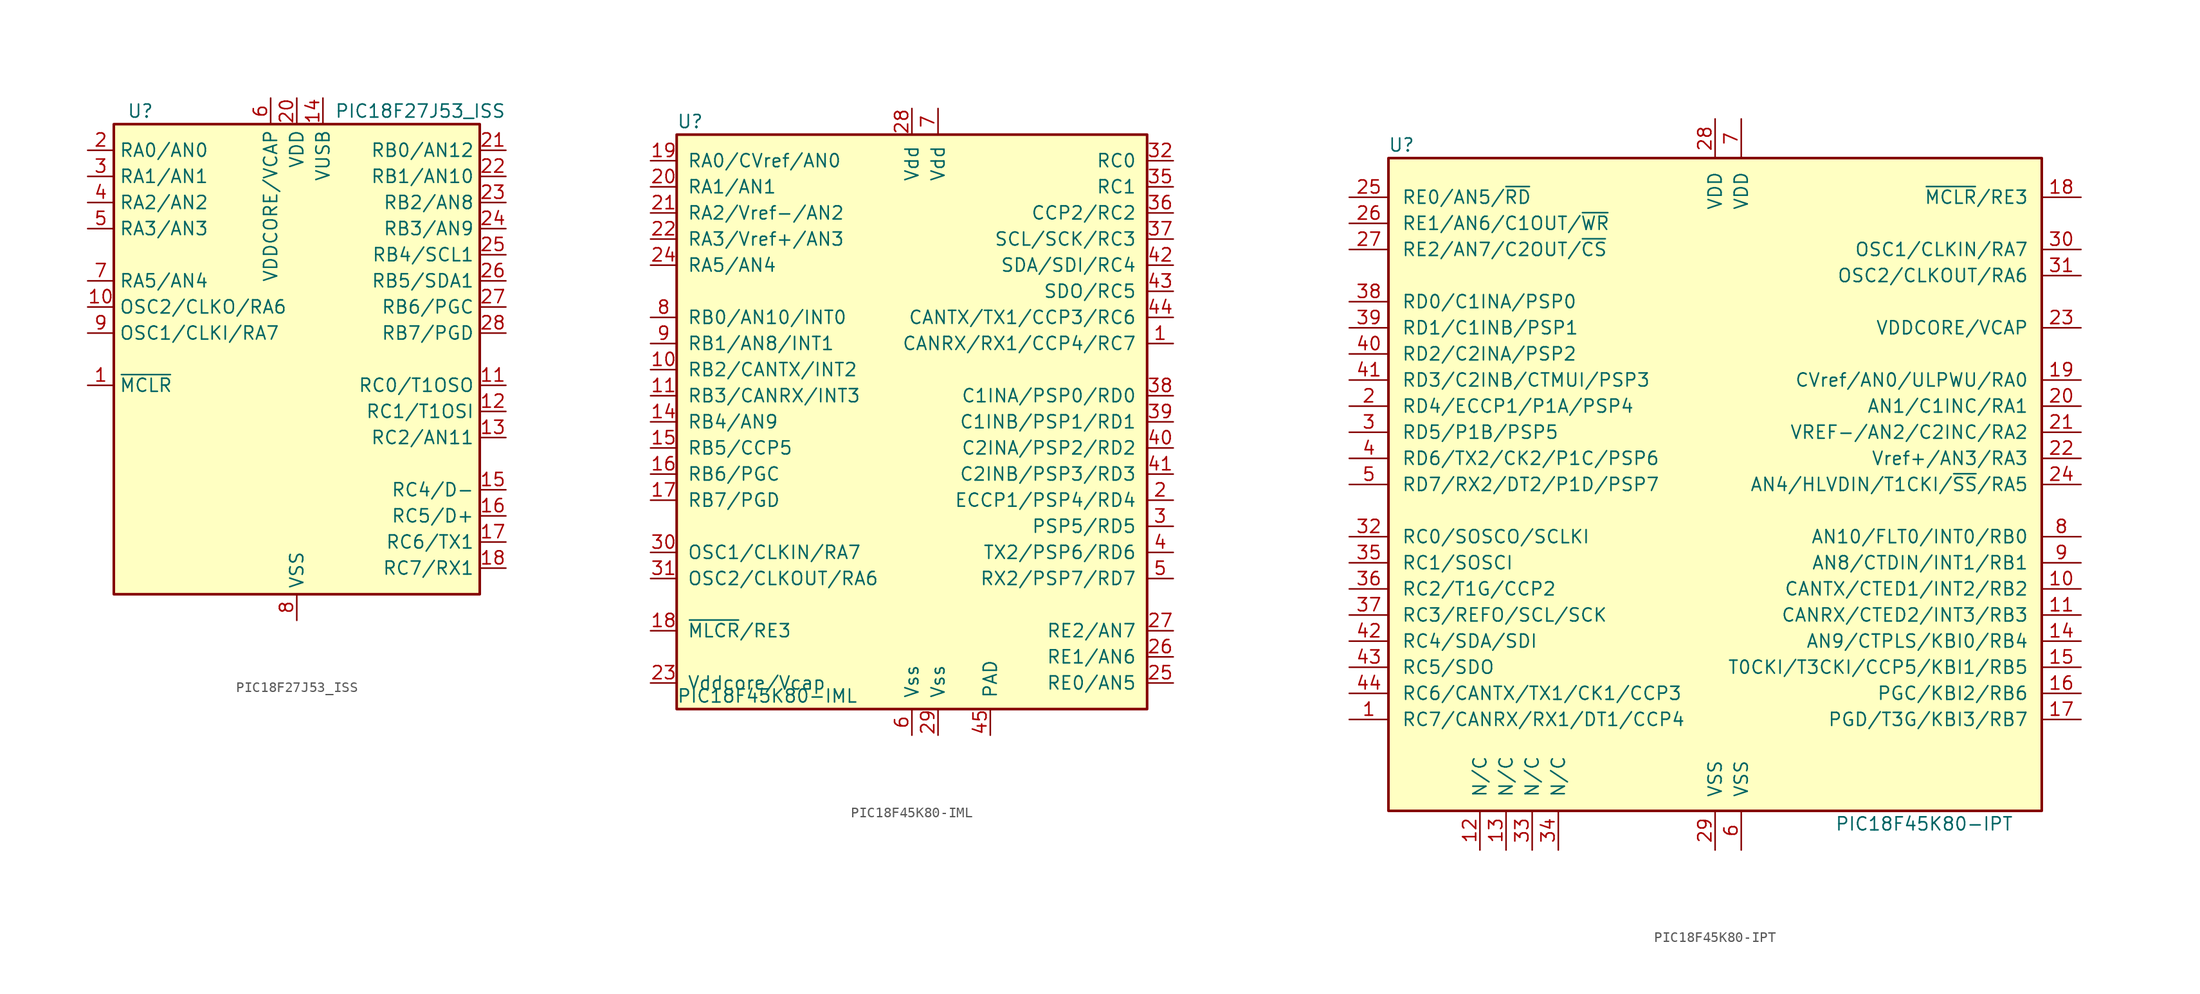
<source format=kicad_sym>
(kicad_symbol_lib
  (version 20231120)
  (generator "kicad_symbol_editor")
  (generator_version "8.0")
  (symbol "PIC18F27J53_ISS"
    (property "Reference" "U"
      (at -16.51 24.13 0)
      (effects (font (size 1.27 1.27)) (justify left)))
    (property "Value" "PIC18F27J53_ISS"
      (at 20.32 24.13 0)
      (effects (font (size 1.27 1.27)) (justify right)))
    (symbol "PIC18F27J53_ISS_0_1"
      (rectangle (start 17.78 -22.86) (end -17.78 22.86) (stroke (width 0.254) (type default)) (fill (type background))))
    (symbol "PIC18F27J53_ISS_1_1"
      (pin input line (at -20.32 -2.54 0) (length 2.54) (name "~{MCLR}" (effects (font (size 1.27 1.27)))) (number "1" (effects (font (size 1.27 1.27)))))
      (pin bidirectional line (at -20.32 5.08 0) (length 2.54) (name "OSC2/CLKO/RA6" (effects (font (size 1.27 1.27)))) (number "10" (effects (font (size 1.27 1.27)))))
      (pin bidirectional line (at 20.32 -2.54 180) (length 2.54) (name "RC0/T1OSO" (effects (font (size 1.27 1.27)))) (number "11" (effects (font (size 1.27 1.27)))))
      (pin bidirectional line (at 20.32 -5.08 180) (length 2.54) (name "RC1/T1OSI" (effects (font (size 1.27 1.27)))) (number "12" (effects (font (size 1.27 1.27)))))
      (pin bidirectional line (at 20.32 -7.62 180) (length 2.54) (name "RC2/AN11" (effects (font (size 1.27 1.27)))) (number "13" (effects (font (size 1.27 1.27)))))
      (pin power_in line (at 2.54 25.4 270) (length 2.54) (name "VUSB" (effects (font (size 1.27 1.27)))) (number "14" (effects (font (size 1.27 1.27)))))
      (pin bidirectional line (at 20.32 -12.7 180) (length 2.54) (name "RC4/D-" (effects (font (size 1.27 1.27)))) (number "15" (effects (font (size 1.27 1.27)))))
      (pin bidirectional line (at 20.32 -15.24 180) (length 2.54) (name "RC5/D+" (effects (font (size 1.27 1.27)))) (number "16" (effects (font (size 1.27 1.27)))))
      (pin bidirectional line (at 20.32 -17.78 180) (length 2.54) (name "RC6/TX1" (effects (font (size 1.27 1.27)))) (number "17" (effects (font (size 1.27 1.27)))))
      (pin bidirectional line (at 20.32 -20.32 180) (length 2.54) (name "RC7/RX1" (effects (font (size 1.27 1.27)))) (number "18" (effects (font (size 1.27 1.27)))))
      (pin passive line (at 0 -25.4 90) (length 2.54) hide (name "VSS" (effects (font (size 1.27 1.27)))) (number "19" (effects (font (size 1.27 1.27)))))
      (pin bidirectional line (at -20.32 20.32 0) (length 2.54) (name "RA0/AN0" (effects (font (size 1.27 1.27)))) (number "2" (effects (font (size 1.27 1.27)))))
      (pin power_in line (at 0 25.4 270) (length 2.54) (name "VDD" (effects (font (size 1.27 1.27)))) (number "20" (effects (font (size 1.27 1.27)))))
      (pin bidirectional line (at 20.32 20.32 180) (length 2.54) (name "RB0/AN12" (effects (font (size 1.27 1.27)))) (number "21" (effects (font (size 1.27 1.27)))))
      (pin bidirectional line (at 20.32 17.78 180) (length 2.54) (name "RB1/AN10" (effects (font (size 1.27 1.27)))) (number "22" (effects (font (size 1.27 1.27)))))
      (pin bidirectional line (at 20.32 15.24 180) (length 2.54) (name "RB2/AN8" (effects (font (size 1.27 1.27)))) (number "23" (effects (font (size 1.27 1.27)))))
      (pin bidirectional line (at 20.32 12.7 180) (length 2.54) (name "RB3/AN9" (effects (font (size 1.27 1.27)))) (number "24" (effects (font (size 1.27 1.27)))))
      (pin bidirectional line (at 20.32 10.16 180) (length 2.54) (name "RB4/SCL1" (effects (font (size 1.27 1.27)))) (number "25" (effects (font (size 1.27 1.27)))))
      (pin bidirectional line (at 20.32 7.62 180) (length 2.54) (name "RB5/SDA1" (effects (font (size 1.27 1.27)))) (number "26" (effects (font (size 1.27 1.27)))))
      (pin bidirectional line (at 20.32 5.08 180) (length 2.54) (name "RB6/PGC" (effects (font (size 1.27 1.27)))) (number "27" (effects (font (size 1.27 1.27)))))
      (pin bidirectional line (at 20.32 2.54 180) (length 2.54) (name "RB7/PGD" (effects (font (size 1.27 1.27)))) (number "28" (effects (font (size 1.27 1.27)))))
      (pin bidirectional line (at -20.32 17.78 0) (length 2.54) (name "RA1/AN1" (effects (font (size 1.27 1.27)))) (number "3" (effects (font (size 1.27 1.27)))))
      (pin bidirectional line (at -20.32 15.24 0) (length 2.54) (name "RA2/AN2" (effects (font (size 1.27 1.27)))) (number "4" (effects (font (size 1.27 1.27)))))
      (pin bidirectional line (at -20.32 12.7 0) (length 2.54) (name "RA3/AN3" (effects (font (size 1.27 1.27)))) (number "5" (effects (font (size 1.27 1.27)))))
      (pin power_in line (at -2.54 25.4 270) (length 2.54) (name "VDDCORE/VCAP" (effects (font (size 1.27 1.27)))) (number "6" (effects (font (size 1.27 1.27)))))
      (pin bidirectional line (at -20.32 7.62 0) (length 2.54) (name "RA5/AN4" (effects (font (size 1.27 1.27)))) (number "7" (effects (font (size 1.27 1.27)))))
      (pin power_in line (at 0 -25.4 90) (length 2.54) (name "VSS" (effects (font (size 1.27 1.27)))) (number "8" (effects (font (size 1.27 1.27)))))
      (pin bidirectional line (at -20.32 2.54 0) (length 2.54) (name "OSC1/CLKI/RA7" (effects (font (size 1.27 1.27)))) (number "9" (effects (font (size 1.27 1.27)))))))
  (symbol "PIC18F45K80-IML"
    (pin_names
      (offset 1.016))
    (property "Reference" "U"
      (at -22.86 29.21 0)
      (effects (font (size 1.27 1.27)) (justify left)))
    (property "Value" "PIC18F45K80-IML"
      (at -22.86 -26.67 0)
      (effects (font (size 1.27 1.27)) (justify left)))
    (symbol "PIC18F45K80-IML_0_1"
      (rectangle (start -22.86 27.94) (end 22.86 -27.94) (stroke (width 0.254) (type default)) (fill (type background))))
    (symbol "PIC18F45K80-IML_1_1"
      (pin bidirectional line (at 25.4 7.62 180) (length 2.54) (name "CANRX/RX1/CCP4/RC7" (effects (font (size 1.27 1.27)))) (number "1" (effects (font (size 1.27 1.27)))))
      (pin bidirectional line (at -25.4 5.08 0) (length 2.54) (name "RB2/CANTX/INT2" (effects (font (size 1.27 1.27)))) (number "10" (effects (font (size 1.27 1.27)))))
      (pin bidirectional line (at -25.4 2.54 0) (length 2.54) (name "RB3/CANRX/INT3" (effects (font (size 1.27 1.27)))) (number "11" (effects (font (size 1.27 1.27)))))
      (pin no_connect line (at -10.16 -27.94 90) (length 2.54) hide (name "NC" (effects (font (size 1.27 1.27)))) (number "12" (effects (font (size 1.27 1.27)))))
      (pin no_connect line (at -7.62 -27.94 90) (length 2.54) hide (name "NC" (effects (font (size 1.27 1.27)))) (number "13" (effects (font (size 1.27 1.27)))))
      (pin bidirectional line (at -25.4 0 0) (length 2.54) (name "RB4/AN9" (effects (font (size 1.27 1.27)))) (number "14" (effects (font (size 1.27 1.27)))))
      (pin bidirectional line (at -25.4 -2.54 0) (length 2.54) (name "RB5/CCP5" (effects (font (size 1.27 1.27)))) (number "15" (effects (font (size 1.27 1.27)))))
      (pin bidirectional line (at -25.4 -5.08 0) (length 2.54) (name "RB6/PGC" (effects (font (size 1.27 1.27)))) (number "16" (effects (font (size 1.27 1.27)))))
      (pin bidirectional line (at -25.4 -7.62 0) (length 2.54) (name "RB7/PGD" (effects (font (size 1.27 1.27)))) (number "17" (effects (font (size 1.27 1.27)))))
      (pin bidirectional line (at -25.4 -20.32 0) (length 2.54) (name "~{MLCR}/RE3" (effects (font (size 1.27 1.27)))) (number "18" (effects (font (size 1.27 1.27)))))
      (pin bidirectional line (at -25.4 25.4 0) (length 2.54) (name "RA0/CVref/AN0" (effects (font (size 1.27 1.27)))) (number "19" (effects (font (size 1.27 1.27)))))
      (pin bidirectional line (at 25.4 -7.62 180) (length 2.54) (name "ECCP1/PSP4/RD4" (effects (font (size 1.27 1.27)))) (number "2" (effects (font (size 1.27 1.27)))))
      (pin bidirectional line (at -25.4 22.86 0) (length 2.54) (name "RA1/AN1" (effects (font (size 1.27 1.27)))) (number "20" (effects (font (size 1.27 1.27)))))
      (pin bidirectional line (at -25.4 20.32 0) (length 2.54) (name "RA2/Vref-/AN2" (effects (font (size 1.27 1.27)))) (number "21" (effects (font (size 1.27 1.27)))))
      (pin bidirectional line (at -25.4 17.78 0) (length 2.54) (name "RA3/Vref+/AN3" (effects (font (size 1.27 1.27)))) (number "22" (effects (font (size 1.27 1.27)))))
      (pin power_in line (at -25.4 -25.4 0) (length 2.54) (name "Vddcore/Vcap" (effects (font (size 1.27 1.27)))) (number "23" (effects (font (size 1.27 1.27)))))
      (pin bidirectional line (at -25.4 15.24 0) (length 2.54) (name "RA5/AN4" (effects (font (size 1.27 1.27)))) (number "24" (effects (font (size 1.27 1.27)))))
      (pin bidirectional line (at 25.4 -25.4 180) (length 2.54) (name "RE0/AN5" (effects (font (size 1.27 1.27)))) (number "25" (effects (font (size 1.27 1.27)))))
      (pin bidirectional line (at 25.4 -22.86 180) (length 2.54) (name "RE1/AN6" (effects (font (size 1.27 1.27)))) (number "26" (effects (font (size 1.27 1.27)))))
      (pin bidirectional line (at 25.4 -20.32 180) (length 2.54) (name "RE2/AN7" (effects (font (size 1.27 1.27)))) (number "27" (effects (font (size 1.27 1.27)))))
      (pin power_in line (at 0 30.48 270) (length 2.54) (name "Vdd" (effects (font (size 1.27 1.27)))) (number "28" (effects (font (size 1.27 1.27)))))
      (pin power_in line (at 2.54 -30.48 90) (length 2.54) (name "Vss" (effects (font (size 1.27 1.27)))) (number "29" (effects (font (size 1.27 1.27)))))
      (pin bidirectional line (at 25.4 -10.16 180) (length 2.54) (name "PSP5/RD5" (effects (font (size 1.27 1.27)))) (number "3" (effects (font (size 1.27 1.27)))))
      (pin input line (at -25.4 -12.7 0) (length 2.54) (name "OSC1/CLKIN/RA7" (effects (font (size 1.27 1.27)))) (number "30" (effects (font (size 1.27 1.27)))))
      (pin input line (at -25.4 -15.24 0) (length 2.54) (name "OSC2/CLKOUT/RA6" (effects (font (size 1.27 1.27)))) (number "31" (effects (font (size 1.27 1.27)))))
      (pin bidirectional line (at 25.4 25.4 180) (length 2.54) (name "RC0" (effects (font (size 1.27 1.27)))) (number "32" (effects (font (size 1.27 1.27)))))
      (pin no_connect line (at -5.08 -27.94 90) (length 2.54) hide (name "NC" (effects (font (size 1.27 1.27)))) (number "33" (effects (font (size 1.27 1.27)))))
      (pin no_connect line (at -2.54 -27.94 90) (length 2.54) hide (name "NC" (effects (font (size 1.27 1.27)))) (number "34" (effects (font (size 1.27 1.27)))))
      (pin bidirectional line (at 25.4 22.86 180) (length 2.54) (name "RC1" (effects (font (size 1.27 1.27)))) (number "35" (effects (font (size 1.27 1.27)))))
      (pin bidirectional line (at 25.4 20.32 180) (length 2.54) (name "CCP2/RC2" (effects (font (size 1.27 1.27)))) (number "36" (effects (font (size 1.27 1.27)))))
      (pin bidirectional line (at 25.4 17.78 180) (length 2.54) (name "SCL/SCK/RC3" (effects (font (size 1.27 1.27)))) (number "37" (effects (font (size 1.27 1.27)))))
      (pin bidirectional line (at 25.4 2.54 180) (length 2.54) (name "C1INA/PSP0/RD0" (effects (font (size 1.27 1.27)))) (number "38" (effects (font (size 1.27 1.27)))))
      (pin bidirectional line (at 25.4 0 180) (length 2.54) (name "C1INB/PSP1/RD1" (effects (font (size 1.27 1.27)))) (number "39" (effects (font (size 1.27 1.27)))))
      (pin bidirectional line (at 25.4 -12.7 180) (length 2.54) (name "TX2/PSP6/RD6" (effects (font (size 1.27 1.27)))) (number "4" (effects (font (size 1.27 1.27)))))
      (pin bidirectional line (at 25.4 -2.54 180) (length 2.54) (name "C2INA/PSP2/RD2" (effects (font (size 1.27 1.27)))) (number "40" (effects (font (size 1.27 1.27)))))
      (pin bidirectional line (at 25.4 -5.08 180) (length 2.54) (name "C2INB/PSP3/RD3" (effects (font (size 1.27 1.27)))) (number "41" (effects (font (size 1.27 1.27)))))
      (pin bidirectional line (at 25.4 15.24 180) (length 2.54) (name "SDA/SDI/RC4" (effects (font (size 1.27 1.27)))) (number "42" (effects (font (size 1.27 1.27)))))
      (pin bidirectional line (at 25.4 12.7 180) (length 2.54) (name "SDO/RC5" (effects (font (size 1.27 1.27)))) (number "43" (effects (font (size 1.27 1.27)))))
      (pin bidirectional line (at 25.4 10.16 180) (length 2.54) (name "CANTX/TX1/CCP3/RC6" (effects (font (size 1.27 1.27)))) (number "44" (effects (font (size 1.27 1.27)))))
      (pin power_in line (at 7.62 -30.48 90) (length 2.54) (name "PAD" (effects (font (size 1.27 1.27)))) (number "45" (effects (font (size 1.27 1.27)))))
      (pin bidirectional line (at 25.4 -15.24 180) (length 2.54) (name "RX2/PSP7/RD7" (effects (font (size 1.27 1.27)))) (number "5" (effects (font (size 1.27 1.27)))))
      (pin power_in line (at 0 -30.48 90) (length 2.54) (name "Vss" (effects (font (size 1.27 1.27)))) (number "6" (effects (font (size 1.27 1.27)))))
      (pin power_in line (at 2.54 30.48 270) (length 2.54) (name "Vdd" (effects (font (size 1.27 1.27)))) (number "7" (effects (font (size 1.27 1.27)))))
      (pin bidirectional line (at -25.4 10.16 0) (length 2.54) (name "RB0/AN10/INT0" (effects (font (size 1.27 1.27)))) (number "8" (effects (font (size 1.27 1.27)))))
      (pin bidirectional line (at -25.4 7.62 0) (length 2.54) (name "RB1/AN8/INT1" (effects (font (size 1.27 1.27)))) (number "9" (effects (font (size 1.27 1.27)))))))
  (symbol "PIC18F45K80-IPT"
    (pin_names
      (offset 1.27))
    (property "Reference" "U"
      (at -30.48 33.02 0)
      (effects (font (size 1.27 1.27))))
    (property "Value" "PIC18F45K80-IPT"
      (at 20.32 -33.02 0)
      (effects (font (size 1.27 1.27))))
    (symbol "PIC18F45K80-IPT_0_1"
      (rectangle (start -31.75 31.75) (end 31.75 -31.75) (stroke (width 0.254) (type default)) (fill (type background))))
    (symbol "PIC18F45K80-IPT_1_1"
      (pin bidirectional line (at -35.56 -22.86 0) (length 3.81) (name "RC7/CANRX/RX1/DT1/CCP4" (effects (font (size 1.27 1.27)))) (number "1" (effects (font (size 1.27 1.27)))))
      (pin bidirectional line (at 35.56 -10.16 180) (length 3.81) (name "CANTX/CTED1/INT2/RB2" (effects (font (size 1.27 1.27)))) (number "10" (effects (font (size 1.27 1.27)))))
      (pin bidirectional line (at 35.56 -12.7 180) (length 3.81) (name "CANRX/CTED2/INT3/RB3" (effects (font (size 1.27 1.27)))) (number "11" (effects (font (size 1.27 1.27)))))
      (pin bidirectional line (at -22.86 -35.56 90) (length 3.81) (name "N/C" (effects (font (size 1.27 1.27)))) (number "12" (effects (font (size 1.27 1.27)))))
      (pin bidirectional line (at -20.32 -35.56 90) (length 3.81) (name "N/C" (effects (font (size 1.27 1.27)))) (number "13" (effects (font (size 1.27 1.27)))))
      (pin bidirectional line (at 35.56 -15.24 180) (length 3.81) (name "AN9/CTPLS/KBI0/RB4" (effects (font (size 1.27 1.27)))) (number "14" (effects (font (size 1.27 1.27)))))
      (pin bidirectional line (at 35.56 -17.78 180) (length 3.81) (name "T0CKI/T3CKI/CCP5/KBI1/RB5" (effects (font (size 1.27 1.27)))) (number "15" (effects (font (size 1.27 1.27)))))
      (pin bidirectional line (at 35.56 -20.32 180) (length 3.81) (name "PGC/KBI2/RB6" (effects (font (size 1.27 1.27)))) (number "16" (effects (font (size 1.27 1.27)))))
      (pin bidirectional line (at 35.56 -22.86 180) (length 3.81) (name "PGD/T3G/KBI3/RB7" (effects (font (size 1.27 1.27)))) (number "17" (effects (font (size 1.27 1.27)))))
      (pin input line (at 35.56 27.94 180) (length 3.81) (name "~{MCLR}/RE3" (effects (font (size 1.27 1.27)))) (number "18" (effects (font (size 1.27 1.27)))))
      (pin bidirectional line (at 35.56 10.16 180) (length 3.81) (name "CVref/AN0/ULPWU/RA0" (effects (font (size 1.27 1.27)))) (number "19" (effects (font (size 1.27 1.27)))))
      (pin bidirectional line (at -35.56 7.62 0) (length 3.81) (name "RD4/ECCP1/P1A/PSP4" (effects (font (size 1.27 1.27)))) (number "2" (effects (font (size 1.27 1.27)))))
      (pin bidirectional line (at 35.56 7.62 180) (length 3.81) (name "AN1/C1INC/RA1" (effects (font (size 1.27 1.27)))) (number "20" (effects (font (size 1.27 1.27)))))
      (pin bidirectional line (at 35.56 5.08 180) (length 3.81) (name "VREF-/AN2/C2INC/RA2" (effects (font (size 1.27 1.27)))) (number "21" (effects (font (size 1.27 1.27)))))
      (pin bidirectional line (at 35.56 2.54 180) (length 3.81) (name "Vref+/AN3/RA3" (effects (font (size 1.27 1.27)))) (number "22" (effects (font (size 1.27 1.27)))))
      (pin passive line (at 35.56 15.24 180) (length 3.81) (name "VDDCORE/VCAP" (effects (font (size 1.27 1.27)))) (number "23" (effects (font (size 1.27 1.27)))))
      (pin bidirectional line (at 35.56 0 180) (length 3.81) (name "AN4/HLVDIN/T1CKI/~{SS}/RA5" (effects (font (size 1.27 1.27)))) (number "24" (effects (font (size 1.27 1.27)))))
      (pin bidirectional line (at -35.56 27.94 0) (length 3.81) (name "RE0/AN5/~{RD}" (effects (font (size 1.27 1.27)))) (number "25" (effects (font (size 1.27 1.27)))))
      (pin bidirectional line (at -35.56 25.4 0) (length 3.81) (name "RE1/AN6/C1OUT/~{WR}" (effects (font (size 1.27 1.27)))) (number "26" (effects (font (size 1.27 1.27)))))
      (pin power_in line (at -35.56 22.86 0) (length 3.81) (name "RE2/AN7/C2OUT/~{CS}" (effects (font (size 1.27 1.27)))) (number "27" (effects (font (size 1.27 1.27)))))
      (pin power_in line (at 0 35.56 270) (length 3.81) (name "VDD" (effects (font (size 1.27 1.27)))) (number "28" (effects (font (size 1.27 1.27)))))
      (pin power_in line (at 0 -35.56 90) (length 3.81) (name "VSS" (effects (font (size 1.27 1.27)))) (number "29" (effects (font (size 1.27 1.27)))))
      (pin bidirectional line (at -35.56 5.08 0) (length 3.81) (name "RD5/P1B/PSP5" (effects (font (size 1.27 1.27)))) (number "3" (effects (font (size 1.27 1.27)))))
      (pin input line (at 35.56 22.86 180) (length 3.81) (name "OSC1/CLKIN/RA7" (effects (font (size 1.27 1.27)))) (number "30" (effects (font (size 1.27 1.27)))))
      (pin output line (at 35.56 20.32 180) (length 3.81) (name "OSC2/CLKOUT/RA6" (effects (font (size 1.27 1.27)))) (number "31" (effects (font (size 1.27 1.27)))))
      (pin bidirectional line (at -35.56 -5.08 0) (length 3.81) (name "RC0/SOSCO/SCLKI" (effects (font (size 1.27 1.27)))) (number "32" (effects (font (size 1.27 1.27)))))
      (pin bidirectional line (at -17.78 -35.56 90) (length 3.81) (name "N/C" (effects (font (size 1.27 1.27)))) (number "33" (effects (font (size 1.27 1.27)))))
      (pin bidirectional line (at -15.24 -35.56 90) (length 3.81) (name "N/C" (effects (font (size 1.27 1.27)))) (number "34" (effects (font (size 1.27 1.27)))))
      (pin bidirectional line (at -35.56 -7.62 0) (length 3.81) (name "RC1/SOSCI" (effects (font (size 1.27 1.27)))) (number "35" (effects (font (size 1.27 1.27)))))
      (pin bidirectional line (at -35.56 -10.16 0) (length 3.81) (name "RC2/T1G/CCP2" (effects (font (size 1.27 1.27)))) (number "36" (effects (font (size 1.27 1.27)))))
      (pin bidirectional line (at -35.56 -12.7 0) (length 3.81) (name "RC3/REFO/SCL/SCK" (effects (font (size 1.27 1.27)))) (number "37" (effects (font (size 1.27 1.27)))))
      (pin bidirectional line (at -35.56 17.78 0) (length 3.81) (name "RD0/C1INA/PSP0" (effects (font (size 1.27 1.27)))) (number "38" (effects (font (size 1.27 1.27)))))
      (pin bidirectional line (at -35.56 15.24 0) (length 3.81) (name "RD1/C1INB/PSP1" (effects (font (size 1.27 1.27)))) (number "39" (effects (font (size 1.27 1.27)))))
      (pin bidirectional line (at -35.56 2.54 0) (length 3.81) (name "RD6/TX2/CK2/P1C/PSP6" (effects (font (size 1.27 1.27)))) (number "4" (effects (font (size 1.27 1.27)))))
      (pin bidirectional line (at -35.56 12.7 0) (length 3.81) (name "RD2/C2INA/PSP2" (effects (font (size 1.27 1.27)))) (number "40" (effects (font (size 1.27 1.27)))))
      (pin bidirectional line (at -35.56 10.16 0) (length 3.81) (name "RD3/C2INB/CTMUI/PSP3" (effects (font (size 1.27 1.27)))) (number "41" (effects (font (size 1.27 1.27)))))
      (pin bidirectional line (at -35.56 -15.24 0) (length 3.81) (name "RC4/SDA/SDI" (effects (font (size 1.27 1.27)))) (number "42" (effects (font (size 1.27 1.27)))))
      (pin bidirectional line (at -35.56 -17.78 0) (length 3.81) (name "RC5/SDO" (effects (font (size 1.27 1.27)))) (number "43" (effects (font (size 1.27 1.27)))))
      (pin bidirectional line (at -35.56 -20.32 0) (length 3.81) (name "RC6/CANTX/TX1/CK1/CCP3" (effects (font (size 1.27 1.27)))) (number "44" (effects (font (size 1.27 1.27)))))
      (pin bidirectional line (at -35.56 0 0) (length 3.81) (name "RD7/RX2/DT2/P1D/PSP7" (effects (font (size 1.27 1.27)))) (number "5" (effects (font (size 1.27 1.27)))))
      (pin power_in line (at 2.54 -35.56 90) (length 3.81) (name "VSS" (effects (font (size 1.27 1.27)))) (number "6" (effects (font (size 1.27 1.27)))))
      (pin power_in line (at 2.54 35.56 270) (length 3.81) (name "VDD" (effects (font (size 1.27 1.27)))) (number "7" (effects (font (size 1.27 1.27)))))
      (pin bidirectional line (at 35.56 -5.08 180) (length 3.81) (name "AN10/FLT0/INT0/RB0" (effects (font (size 1.27 1.27)))) (number "8" (effects (font (size 1.27 1.27)))))
      (pin bidirectional line (at 35.56 -7.62 180) (length 3.81) (name "AN8/CTDIN/INT1/RB1" (effects (font (size 1.27 1.27)))) (number "9" (effects (font (size 1.27 1.27))))))))
</source>
